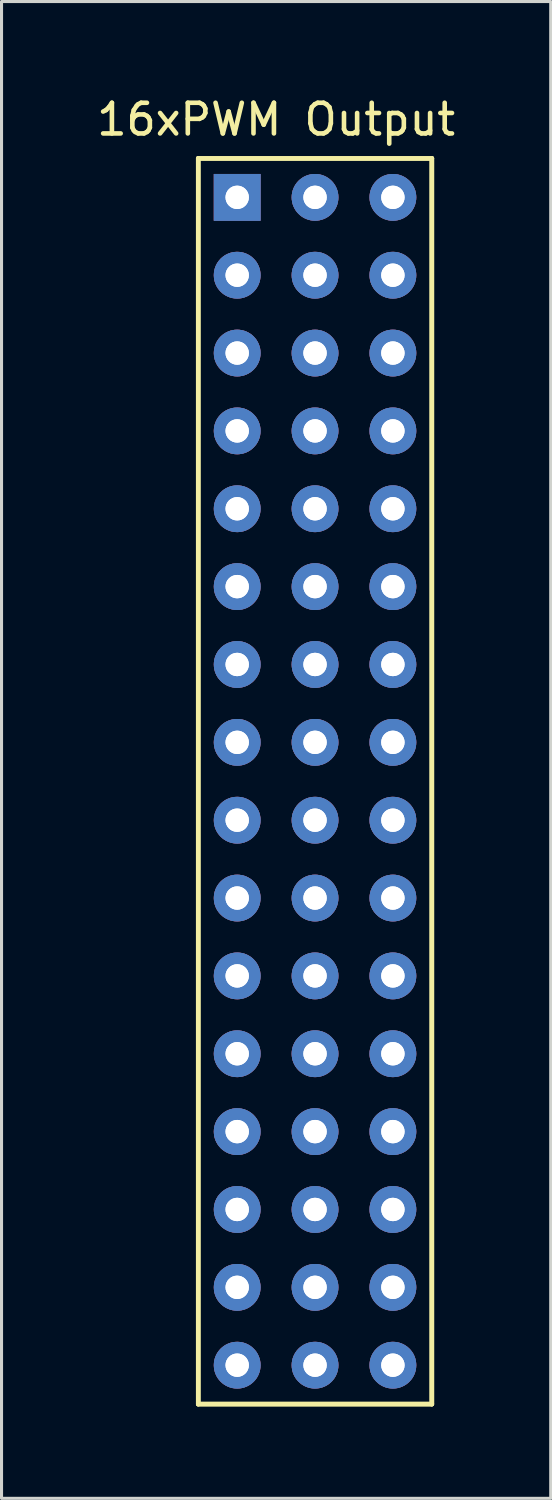
<source format=kicad_pcb>
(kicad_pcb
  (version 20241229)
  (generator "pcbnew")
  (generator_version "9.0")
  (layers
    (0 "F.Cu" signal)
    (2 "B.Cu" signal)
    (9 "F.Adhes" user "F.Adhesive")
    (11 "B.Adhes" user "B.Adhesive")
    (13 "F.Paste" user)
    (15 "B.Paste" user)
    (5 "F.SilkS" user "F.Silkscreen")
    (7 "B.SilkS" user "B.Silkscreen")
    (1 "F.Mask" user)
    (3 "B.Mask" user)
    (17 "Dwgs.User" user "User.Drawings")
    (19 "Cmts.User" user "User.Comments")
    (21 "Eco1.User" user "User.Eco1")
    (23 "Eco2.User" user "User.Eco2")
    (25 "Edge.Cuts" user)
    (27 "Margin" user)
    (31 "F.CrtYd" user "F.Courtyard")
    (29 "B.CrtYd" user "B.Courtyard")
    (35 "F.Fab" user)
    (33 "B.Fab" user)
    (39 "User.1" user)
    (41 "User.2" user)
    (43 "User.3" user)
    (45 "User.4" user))
  (footprint "16xPWM Output"
    (layer "F.Cu")
    (at 7.228 22.438)
    (property "Reference" "16xPWM Output" (at -1.27 -21.59 0) (layer "F.SilkS") (effects (font (size 1 1) (thickness 0.15))))
    (attr through_hole)
    (fp_line (start -3.81 -20.32) (end 3.81 -20.32) (stroke (width 0.15) (type solid)) (layer "F.SilkS"))
    (fp_line (start -3.81 -20.32) (end 3.81 -20.32) (stroke (width 0.15) (type solid)) (layer "F.SilkS"))
    (fp_line (start -3.81 20.32) (end -3.81 -20.32) (stroke (width 0.15) (type solid)) (layer "F.SilkS"))
    (fp_line (start -3.81 20.32) (end -3.81 -20.32) (stroke (width 0.15) (type solid)) (layer "F.SilkS"))
    (fp_line (start 3.81 -20.32) (end 3.81 20.32) (stroke (width 0.15) (type solid)) (layer "F.SilkS"))
    (fp_line (start 3.81 -20.32) (end 3.81 20.32) (stroke (width 0.15) (type solid)) (layer "F.SilkS"))
    (fp_line (start 3.81 20.32) (end -3.81 20.32) (stroke (width 0.15) (type solid)) (layer "F.SilkS"))
    (fp_line (start 3.81 20.32) (end -3.81 20.32) (stroke (width 0.15) (type solid)) (layer "F.SilkS"))
    (pad "1" thru_hole rect (at -2.54 -19.05) (size 1.524 1.524) (drill 0.762) (layers "*.Cu" "*.Mask"))
    (pad "1" thru_hole rect (at -2.54 -19.05) (size 1.524 1.524) (drill 0.762) (layers "*.Cu" "*.Mask"))
    (pad "2" thru_hole circle (at -2.54 -16.51) (size 1.524 1.524) (drill 0.762) (layers "*.Cu" "*.Mask"))
    (pad "2" thru_hole circle (at -2.54 -16.51) (size 1.524 1.524) (drill 0.762) (layers "*.Cu" "*.Mask"))
    (pad "3" thru_hole circle (at -2.54 -13.97) (size 1.524 1.524) (drill 0.762) (layers "*.Cu" "*.Mask"))
    (pad "3" thru_hole circle (at -2.54 -13.97) (size 1.524 1.524) (drill 0.762) (layers "*.Cu" "*.Mask"))
    (pad "4" thru_hole circle (at -2.54 -11.43) (size 1.524 1.524) (drill 0.762) (layers "*.Cu" "*.Mask"))
    (pad "4" thru_hole circle (at -2.54 -11.43) (size 1.524 1.524) (drill 0.762) (layers "*.Cu" "*.Mask"))
    (pad "5" thru_hole circle (at -2.54 -8.89) (size 1.524 1.524) (drill 0.762) (layers "*.Cu" "*.Mask"))
    (pad "5" thru_hole circle (at -2.54 -8.89) (size 1.524 1.524) (drill 0.762) (layers "*.Cu" "*.Mask"))
    (pad "6" thru_hole circle (at -2.54 -6.35) (size 1.524 1.524) (drill 0.762) (layers "*.Cu" "*.Mask"))
    (pad "6" thru_hole circle (at -2.54 -6.35) (size 1.524 1.524) (drill 0.762) (layers "*.Cu" "*.Mask"))
    (pad "7" thru_hole circle (at -2.54 -3.81) (size 1.524 1.524) (drill 0.762) (layers "*.Cu" "*.Mask"))
    (pad "7" thru_hole circle (at -2.54 -3.81) (size 1.524 1.524) (drill 0.762) (layers "*.Cu" "*.Mask"))
    (pad "8" thru_hole circle (at -2.54 -1.27) (size 1.524 1.524) (drill 0.762) (layers "*.Cu" "*.Mask"))
    (pad "8" thru_hole circle (at -2.54 -1.27) (size 1.524 1.524) (drill 0.762) (layers "*.Cu" "*.Mask"))
    (pad "9" thru_hole circle (at -2.54 1.27) (size 1.524 1.524) (drill 0.762) (layers "*.Cu" "*.Mask"))
    (pad "9" thru_hole circle (at -2.54 1.27) (size 1.524 1.524) (drill 0.762) (layers "*.Cu" "*.Mask"))
    (pad "10" thru_hole circle (at -2.54 3.81) (size 1.524 1.524) (drill 0.762) (layers "*.Cu" "*.Mask"))
    (pad "10" thru_hole circle (at -2.54 3.81) (size 1.524 1.524) (drill 0.762) (layers "*.Cu" "*.Mask"))
    (pad "11" thru_hole circle (at -2.54 6.35) (size 1.524 1.524) (drill 0.762) (layers "*.Cu" "*.Mask"))
    (pad "11" thru_hole circle (at -2.54 6.35) (size 1.524 1.524) (drill 0.762) (layers "*.Cu" "*.Mask"))
    (pad "12" thru_hole circle (at -2.54 8.89) (size 1.524 1.524) (drill 0.762) (layers "*.Cu" "*.Mask"))
    (pad "12" thru_hole circle (at -2.54 8.89) (size 1.524 1.524) (drill 0.762) (layers "*.Cu" "*.Mask"))
    (pad "13" thru_hole circle (at -2.54 11.43) (size 1.524 1.524) (drill 0.762) (layers "*.Cu" "*.Mask"))
    (pad "13" thru_hole circle (at -2.54 11.43) (size 1.524 1.524) (drill 0.762) (layers "*.Cu" "*.Mask"))
    (pad "14" thru_hole circle (at -2.54 13.97) (size 1.524 1.524) (drill 0.762) (layers "*.Cu" "*.Mask"))
    (pad "14" thru_hole circle (at -2.54 13.97) (size 1.524 1.524) (drill 0.762) (layers "*.Cu" "*.Mask"))
    (pad "15" thru_hole circle (at -2.54 16.51) (size 1.524 1.524) (drill 0.762) (layers "*.Cu" "*.Mask"))
    (pad "15" thru_hole circle (at -2.54 16.51) (size 1.524 1.524) (drill 0.762) (layers "*.Cu" "*.Mask"))
    (pad "16" thru_hole circle (at -2.54 19.05) (size 1.524 1.524) (drill 0.762) (layers "*.Cu" "*.Mask"))
    (pad "16" thru_hole circle (at -2.54 19.05) (size 1.524 1.524) (drill 0.762) (layers "*.Cu" "*.Mask"))
    (pad "17" thru_hole circle (at 0 -19.05) (size 1.524 1.524) (drill 0.762) (layers "*.Cu" "*.Mask"))
    (pad "17" thru_hole circle (at 0 -19.05) (size 1.524 1.524) (drill 0.762) (layers "*.Cu" "*.Mask"))
    (pad "17" thru_hole circle (at 0 -16.51) (size 1.524 1.524) (drill 0.762) (layers "*.Cu" "*.Mask"))
    (pad "17" thru_hole circle (at 0 -16.51) (size 1.524 1.524) (drill 0.762) (layers "*.Cu" "*.Mask"))
    (pad "17" thru_hole circle (at 0 -13.97) (size 1.524 1.524) (drill 0.762) (layers "*.Cu" "*.Mask"))
    (pad "17" thru_hole circle (at 0 -13.97) (size 1.524 1.524) (drill 0.762) (layers "*.Cu" "*.Mask"))
    (pad "17" thru_hole circle (at 0 -11.43) (size 1.524 1.524) (drill 0.762) (layers "*.Cu" "*.Mask"))
    (pad "17" thru_hole circle (at 0 -11.43) (size 1.524 1.524) (drill 0.762) (layers "*.Cu" "*.Mask"))
    (pad "17" thru_hole circle (at 0 -6.35) (size 1.524 1.524) (drill 0.762) (layers "*.Cu" "*.Mask"))
    (pad "17" thru_hole circle (at 0 -6.35) (size 1.524 1.524) (drill 0.762) (layers "*.Cu" "*.Mask"))
    (pad "17" thru_hole circle (at 0 -3.81) (size 1.524 1.524) (drill 0.762) (layers "*.Cu" "*.Mask"))
    (pad "17" thru_hole circle (at 0 -3.81) (size 1.524 1.524) (drill 0.762) (layers "*.Cu" "*.Mask"))
    (pad "17" thru_hole circle (at 0 -1.27) (size 1.524 1.524) (drill 0.762) (layers "*.Cu" "*.Mask"))
    (pad "17" thru_hole circle (at 0 -1.27) (size 1.524 1.524) (drill 0.762) (layers "*.Cu" "*.Mask"))
    (pad "17" thru_hole circle (at 0 1.27) (size 1.524 1.524) (drill 0.762) (layers "*.Cu" "*.Mask"))
    (pad "17" thru_hole circle (at 0 1.27) (size 1.524 1.524) (drill 0.762) (layers "*.Cu" "*.Mask"))
    (pad "17" thru_hole circle (at 0 3.81) (size 1.524 1.524) (drill 0.762) (layers "*.Cu" "*.Mask"))
    (pad "17" thru_hole circle (at 0 3.81) (size 1.524 1.524) (drill 0.762) (layers "*.Cu" "*.Mask"))
    (pad "17" thru_hole circle (at 0 6.35) (size 1.524 1.524) (drill 0.762) (layers "*.Cu" "*.Mask"))
    (pad "17" thru_hole circle (at 0 6.35) (size 1.524 1.524) (drill 0.762) (layers "*.Cu" "*.Mask"))
    (pad "17" thru_hole circle (at 0 8.89) (size 1.524 1.524) (drill 0.762) (layers "*.Cu" "*.Mask"))
    (pad "17" thru_hole circle (at 0 8.89) (size 1.524 1.524) (drill 0.762) (layers "*.Cu" "*.Mask"))
    (pad "17" thru_hole circle (at 0 11.43) (size 1.524 1.524) (drill 0.762) (layers "*.Cu" "*.Mask"))
    (pad "17" thru_hole circle (at 0 11.43) (size 1.524 1.524) (drill 0.762) (layers "*.Cu" "*.Mask"))
    (pad "17" thru_hole circle (at 0 13.97) (size 1.524 1.524) (drill 0.762) (layers "*.Cu" "*.Mask"))
    (pad "17" thru_hole circle (at 0 13.97) (size 1.524 1.524) (drill 0.762) (layers "*.Cu" "*.Mask"))
    (pad "17" thru_hole circle (at 0 16.51) (size 1.524 1.524) (drill 0.762) (layers "*.Cu" "*.Mask"))
    (pad "17" thru_hole circle (at 0 16.51) (size 1.524 1.524) (drill 0.762) (layers "*.Cu" "*.Mask"))
    (pad "17" thru_hole circle (at 0 19.05) (size 1.524 1.524) (drill 0.762) (layers "*.Cu" "*.Mask"))
    (pad "17" thru_hole circle (at 0 19.05) (size 1.524 1.524) (drill 0.762) (layers "*.Cu" "*.Mask"))
    (pad "18" thru_hole circle (at 2.54 -19.05) (size 1.524 1.524) (drill 0.762) (layers "*.Cu" "*.Mask"))
    (pad "18" thru_hole circle (at 2.54 -19.05) (size 1.524 1.524) (drill 0.762) (layers "*.Cu" "*.Mask"))
    (pad "18" thru_hole circle (at 2.54 -16.51) (size 1.524 1.524) (drill 0.762) (layers "*.Cu" "*.Mask"))
    (pad "18" thru_hole circle (at 2.54 -16.51) (size 1.524 1.524) (drill 0.762) (layers "*.Cu" "*.Mask"))
    (pad "18" thru_hole circle (at 2.54 -13.97) (size 1.524 1.524) (drill 0.762) (layers "*.Cu" "*.Mask"))
    (pad "18" thru_hole circle (at 2.54 -13.97) (size 1.524 1.524) (drill 0.762) (layers "*.Cu" "*.Mask"))
    (pad "18" thru_hole circle (at 2.54 -11.43) (size 1.524 1.524) (drill 0.762) (layers "*.Cu" "*.Mask"))
    (pad "18" thru_hole circle (at 2.54 -11.43) (size 1.524 1.524) (drill 0.762) (layers "*.Cu" "*.Mask"))
    (pad "18" thru_hole circle (at 2.54 -8.89) (size 1.524 1.524) (drill 0.762) (layers "*.Cu" "*.Mask"))
    (pad "18" thru_hole circle (at 2.54 -8.89) (size 1.524 1.524) (drill 0.762) (layers "*.Cu" "*.Mask"))
    (pad "18" thru_hole circle (at 2.54 -6.35) (size 1.524 1.524) (drill 0.762) (layers "*.Cu" "*.Mask"))
    (pad "18" thru_hole circle (at 2.54 -6.35) (size 1.524 1.524) (drill 0.762) (layers "*.Cu" "*.Mask"))
    (pad "18" thru_hole circle (at 2.54 -3.81) (size 1.524 1.524) (drill 0.762) (layers "*.Cu" "*.Mask"))
    (pad "18" thru_hole circle (at 2.54 -3.81) (size 1.524 1.524) (drill 0.762) (layers "*.Cu" "*.Mask"))
    (pad "18" thru_hole circle (at 2.54 -1.27) (size 1.524 1.524) (drill 0.762) (layers "*.Cu" "*.Mask"))
    (pad "18" thru_hole circle (at 2.54 -1.27) (size 1.524 1.524) (drill 0.762) (layers "*.Cu" "*.Mask"))
    (pad "18" thru_hole circle (at 2.54 1.27) (size 1.524 1.524) (drill 0.762) (layers "*.Cu" "*.Mask"))
    (pad "18" thru_hole circle (at 2.54 1.27) (size 1.524 1.524) (drill 0.762) (layers "*.Cu" "*.Mask"))
    (pad "18" thru_hole circle (at 2.54 3.81) (size 1.524 1.524) (drill 0.762) (layers "*.Cu" "*.Mask"))
    (pad "18" thru_hole circle (at 2.54 3.81) (size 1.524 1.524) (drill 0.762) (layers "*.Cu" "*.Mask"))
    (pad "18" thru_hole circle (at 2.54 6.35) (size 1.524 1.524) (drill 0.762) (layers "*.Cu" "*.Mask"))
    (pad "18" thru_hole circle (at 2.54 6.35) (size 1.524 1.524) (drill 0.762) (layers "*.Cu" "*.Mask"))
    (pad "18" thru_hole circle (at 2.54 8.89) (size 1.524 1.524) (drill 0.762) (layers "*.Cu" "*.Mask"))
    (pad "18" thru_hole circle (at 2.54 8.89) (size 1.524 1.524) (drill 0.762) (layers "*.Cu" "*.Mask"))
    (pad "18" thru_hole circle (at 2.54 11.43) (size 1.524 1.524) (drill 0.762) (layers "*.Cu" "*.Mask"))
    (pad "18" thru_hole circle (at 2.54 11.43) (size 1.524 1.524) (drill 0.762) (layers "*.Cu" "*.Mask"))
    (pad "18" thru_hole circle (at 2.54 13.97) (size 1.524 1.524) (drill 0.762) (layers "*.Cu" "*.Mask"))
    (pad "18" thru_hole circle (at 2.54 13.97) (size 1.524 1.524) (drill 0.762) (layers "*.Cu" "*.Mask"))
    (pad "18" thru_hole circle (at 2.54 16.51) (size 1.524 1.524) (drill 0.762) (layers "*.Cu" "*.Mask"))
    (pad "18" thru_hole circle (at 2.54 16.51) (size 1.524 1.524) (drill 0.762) (layers "*.Cu" "*.Mask"))
    (pad "18" thru_hole circle (at 2.54 19.05) (size 1.524 1.524) (drill 0.762) (layers "*.Cu" "*.Mask"))
    (pad "18" thru_hole circle (at 2.54 19.05) (size 1.524 1.524) (drill 0.762) (layers "*.Cu" "*.Mask"))
    (pad "21" thru_hole circle (at 0 -8.89) (size 1.524 1.524) (drill 0.762) (layers "*.Cu" "*.Mask"))
    (pad "21" thru_hole circle (at 0 -8.89) (size 1.524 1.524) (drill 0.762) (layers "*.Cu" "*.Mask")))
  (gr_rect
    (start -3 -3)
    (end 14.917 45.833)
    (stroke (width 0.1) (type default))
    (fill no)
    (layer "Edge.Cuts")))
</source>
